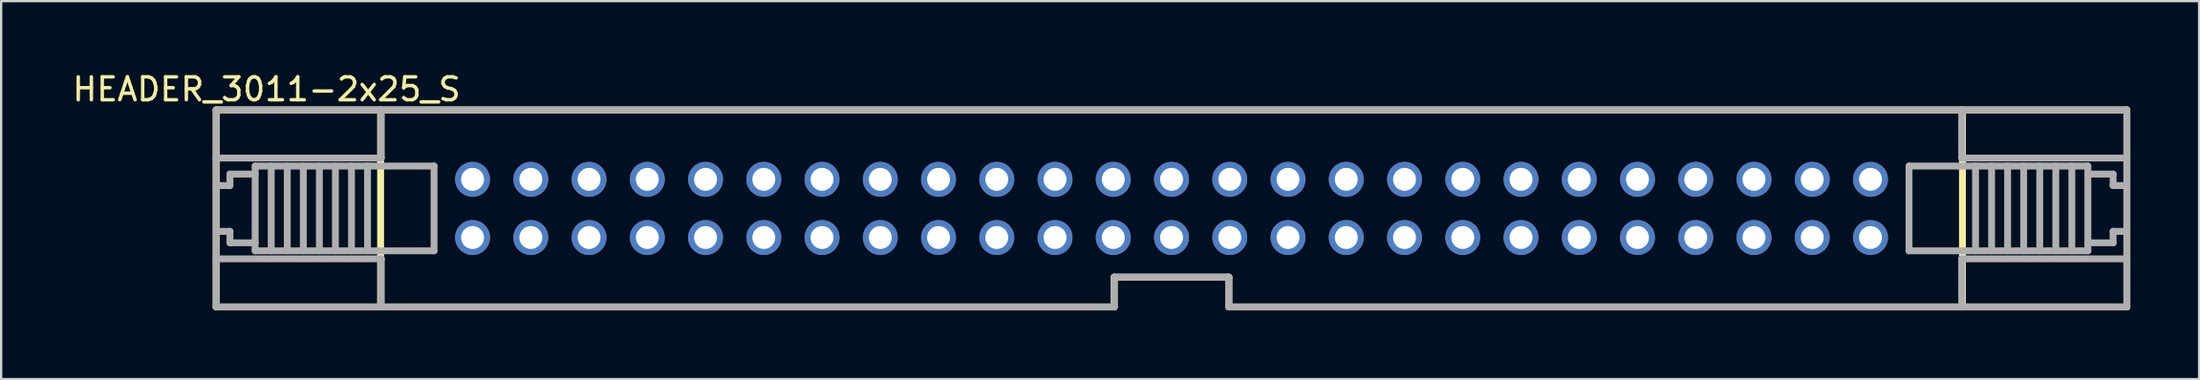
<source format=kicad_pcb>
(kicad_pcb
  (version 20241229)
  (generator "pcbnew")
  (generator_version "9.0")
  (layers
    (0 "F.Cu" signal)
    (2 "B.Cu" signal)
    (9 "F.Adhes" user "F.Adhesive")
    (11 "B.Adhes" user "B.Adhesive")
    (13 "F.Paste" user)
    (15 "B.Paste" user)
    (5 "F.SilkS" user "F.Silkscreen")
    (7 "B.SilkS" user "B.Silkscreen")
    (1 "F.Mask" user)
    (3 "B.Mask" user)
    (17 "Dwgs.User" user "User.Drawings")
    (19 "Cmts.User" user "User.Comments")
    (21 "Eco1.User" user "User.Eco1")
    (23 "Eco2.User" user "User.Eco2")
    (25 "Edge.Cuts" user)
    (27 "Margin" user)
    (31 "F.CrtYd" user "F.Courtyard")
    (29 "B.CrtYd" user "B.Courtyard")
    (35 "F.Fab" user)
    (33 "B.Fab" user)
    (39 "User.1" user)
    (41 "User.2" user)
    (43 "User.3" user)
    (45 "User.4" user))
  (footprint "HEADER_3011-2x25_S"
    (layer "F.Cu")
    (at 48.037 6.048)
    (property "Reference" "HEADER_3011-2x25_S" (at -39.46 -5.2 0) (layer "F.SilkS") (effects (font (size 1 1) (thickness 0.15))))
    (attr through_hole)
    (fp_line (start -41.66 -4.3) (end 41.66 -4.3) (stroke (width 0.3) (type solid)) (layer "F.SilkS"))
    (fp_line (start -41.66 4.3) (end -41.66 -4.3) (stroke (width 0.3) (type solid)) (layer "F.SilkS"))
    (fp_line (start -41.66 4.3) (end -2.5 4.3) (stroke (width 0.3) (type solid)) (layer "F.SilkS"))
    (fp_line (start -34.49 -4.3) (end -34.49 4.3) (stroke (width 0.3) (type solid)) (layer "F.SilkS"))
    (fp_line (start -2.5 3) (end -2.5 4.3) (stroke (width 0.3) (type solid)) (layer "F.SilkS"))
    (fp_line (start 2.5 3) (end -2.5 3) (stroke (width 0.3) (type solid)) (layer "F.SilkS"))
    (fp_line (start 2.5 3) (end 2.5 4.3) (stroke (width 0.3) (type solid)) (layer "F.SilkS"))
    (fp_line (start 34.49 -4.3) (end 34.49 4.3) (stroke (width 0.3) (type solid)) (layer "F.SilkS"))
    (fp_line (start 41.66 4.3) (end 2.5 4.3) (stroke (width 0.3) (type solid)) (layer "F.SilkS"))
    (fp_line (start 41.66 4.3) (end 41.66 -4.3) (stroke (width 0.3) (type solid)) (layer "F.SilkS"))
    (fp_line (start -41.66 -2.2) (end -41.66 -4.3) (stroke (width 0.3) (type solid)) (layer "F.Fab"))
    (fp_line (start -41.66 -1) (end -41.06 -1) (stroke (width 0.3) (type solid)) (layer "F.Fab"))
    (fp_line (start -41.66 1) (end -41.06 1) (stroke (width 0.3) (type solid)) (layer "F.Fab"))
    (fp_line (start -41.66 2.2) (end -41.66 -2.2) (stroke (width 0.3) (type solid)) (layer "F.Fab"))
    (fp_line (start -41.66 4.3) (end -41.66 2.2) (stroke (width 0.3) (type solid)) (layer "F.Fab"))
    (fp_line (start -41.06 -1.5) (end -39.96 -1.5) (stroke (width 0.3) (type solid)) (layer "F.Fab"))
    (fp_line (start -41.06 -1) (end -41.06 -1.5) (stroke (width 0.3) (type solid)) (layer "F.Fab"))
    (fp_line (start -41.06 1.5) (end -41.06 1) (stroke (width 0.3) (type solid)) (layer "F.Fab"))
    (fp_line (start -41.06 1.5) (end -39.96 1.5) (stroke (width 0.3) (type solid)) (layer "F.Fab"))
    (fp_line (start -39.96 -1.85) (end -32.16 -1.85) (stroke (width 0.3) (type solid)) (layer "F.Fab"))
    (fp_line (start -39.96 1.85) (end -39.96 -1.85) (stroke (width 0.3) (type solid)) (layer "F.Fab"))
    (fp_line (start -39.96 1.85) (end -32.16 1.85) (stroke (width 0.3) (type solid)) (layer "F.Fab"))
    (fp_line (start -39.26 1.85) (end -39.26 -1.85) (stroke (width 0.3) (type solid)) (layer "F.Fab"))
    (fp_line (start -38.56 1.85) (end -38.56 -1.85) (stroke (width 0.3) (type solid)) (layer "F.Fab"))
    (fp_line (start -37.86 1.85) (end -37.86 -1.85) (stroke (width 0.3) (type solid)) (layer "F.Fab"))
    (fp_line (start -37.16 1.85) (end -37.16 -1.85) (stroke (width 0.3) (type solid)) (layer "F.Fab"))
    (fp_line (start -36.46 1.85) (end -36.46 -1.85) (stroke (width 0.3) (type solid)) (layer "F.Fab"))
    (fp_line (start -35.76 1.85) (end -35.76 -1.85) (stroke (width 0.3) (type solid)) (layer "F.Fab"))
    (fp_line (start -35.06 1.85) (end -35.06 -1.85) (stroke (width 0.3) (type solid)) (layer "F.Fab"))
    (fp_line (start -34.46 -4.3) (end -41.66 -4.3) (stroke (width 0.3) (type solid)) (layer "F.Fab"))
    (fp_line (start -34.46 -2.2) (end -41.66 -2.2) (stroke (width 0.3) (type solid)) (layer "F.Fab"))
    (fp_line (start -34.46 -2.2) (end -34.46 -4.3) (stroke (width 0.3) (type solid)) (layer "F.Fab"))
    (fp_line (start -34.46 2.2) (end -41.66 2.2) (stroke (width 0.3) (type solid)) (layer "F.Fab"))
    (fp_line (start -34.46 4.3) (end -34.46 2.2) (stroke (width 0.3) (type solid)) (layer "F.Fab"))
    (fp_line (start -34.29 -4.3) (end 41.66 -4.3) (stroke (width 0.3) (type solid)) (layer "F.Fab"))
    (fp_line (start -32.16 1.85) (end -32.16 -1.85) (stroke (width 0.3) (type solid)) (layer "F.Fab"))
    (fp_line (start -2.5 3) (end -2.5 4.3) (stroke (width 0.3) (type solid)) (layer "F.Fab"))
    (fp_line (start -2.5 4.3) (end -41.66 4.3) (stroke (width 0.3) (type solid)) (layer "F.Fab"))
    (fp_line (start 2.5 3) (end -2.5 3) (stroke (width 0.3) (type solid)) (layer "F.Fab"))
    (fp_line (start 2.5 3) (end 2.5 4.3) (stroke (width 0.3) (type solid)) (layer "F.Fab"))
    (fp_line (start 2.5 4.3) (end 41.66 4.3) (stroke (width 0.3) (type solid)) (layer "F.Fab"))
    (fp_line (start 32.16 -1.85) (end 32.16 1.85) (stroke (width 0.3) (type solid)) (layer "F.Fab"))
    (fp_line (start 34.46 -4.3) (end 34.46 -2.2) (stroke (width 0.3) (type solid)) (layer "F.Fab"))
    (fp_line (start 34.46 -2.2) (end 41.66 -2.2) (stroke (width 0.3) (type solid)) (layer "F.Fab"))
    (fp_line (start 34.46 2.2) (end 34.46 4.3) (stroke (width 0.3) (type solid)) (layer "F.Fab"))
    (fp_line (start 34.46 2.2) (end 41.66 2.2) (stroke (width 0.3) (type solid)) (layer "F.Fab"))
    (fp_line (start 35.06 -1.85) (end 35.06 1.85) (stroke (width 0.3) (type solid)) (layer "F.Fab"))
    (fp_line (start 35.76 -1.85) (end 35.76 1.85) (stroke (width 0.3) (type solid)) (layer "F.Fab"))
    (fp_line (start 36.46 -1.85) (end 36.46 1.85) (stroke (width 0.3) (type solid)) (layer "F.Fab"))
    (fp_line (start 37.16 -1.85) (end 37.16 1.85) (stroke (width 0.3) (type solid)) (layer "F.Fab"))
    (fp_line (start 37.86 -1.85) (end 37.86 1.85) (stroke (width 0.3) (type solid)) (layer "F.Fab"))
    (fp_line (start 38.56 -1.85) (end 38.56 1.85) (stroke (width 0.3) (type solid)) (layer "F.Fab"))
    (fp_line (start 39.26 -1.85) (end 39.26 1.85) (stroke (width 0.3) (type solid)) (layer "F.Fab"))
    (fp_line (start 39.96 -1.85) (end 32.16 -1.85) (stroke (width 0.3) (type solid)) (layer "F.Fab"))
    (fp_line (start 39.96 -1.85) (end 39.96 1.85) (stroke (width 0.3) (type solid)) (layer "F.Fab"))
    (fp_line (start 39.96 1.85) (end 32.16 1.85) (stroke (width 0.3) (type solid)) (layer "F.Fab"))
    (fp_line (start 41.06 -1.5) (end 39.96 -1.5) (stroke (width 0.3) (type solid)) (layer "F.Fab"))
    (fp_line (start 41.06 -1.5) (end 41.06 -1) (stroke (width 0.3) (type solid)) (layer "F.Fab"))
    (fp_line (start 41.06 1) (end 41.06 1.5) (stroke (width 0.3) (type solid)) (layer "F.Fab"))
    (fp_line (start 41.06 1.5) (end 39.96 1.5) (stroke (width 0.3) (type solid)) (layer "F.Fab"))
    (fp_line (start 41.66 -4.3) (end 41.66 -2.2) (stroke (width 0.3) (type solid)) (layer "F.Fab"))
    (fp_line (start 41.66 -2.2) (end 41.66 2.2) (stroke (width 0.3) (type solid)) (layer "F.Fab"))
    (fp_line (start 41.66 -1) (end 41.06 -1) (stroke (width 0.3) (type solid)) (layer "F.Fab"))
    (fp_line (start 41.66 1) (end 41.06 1) (stroke (width 0.3) (type solid)) (layer "F.Fab"))
    (fp_line (start 41.66 2.2) (end 41.66 4.3) (stroke (width 0.3) (type solid)) (layer "F.Fab"))
    (pad "1" thru_hole circle (at -30.48 1.27) (size 1.524 1.524) (drill 1) (layers "*.Cu" "*.Mask"))
    (pad "2" thru_hole circle (at -30.48 -1.27) (size 1.524 1.524) (drill 1) (layers "*.Cu" "*.Mask"))
    (pad "3" thru_hole circle (at -27.94 1.27) (size 1.524 1.524) (drill 1) (layers "*.Cu" "*.Mask"))
    (pad "4" thru_hole circle (at -27.94 -1.27) (size 1.524 1.524) (drill 1) (layers "*.Cu" "*.Mask"))
    (pad "5" thru_hole circle (at -25.4 1.27) (size 1.524 1.524) (drill 1) (layers "*.Cu" "*.Mask"))
    (pad "6" thru_hole circle (at -25.4 -1.27) (size 1.524 1.524) (drill 1) (layers "*.Cu" "*.Mask"))
    (pad "7" thru_hole circle (at -22.86 1.27) (size 1.524 1.524) (drill 1) (layers "*.Cu" "*.Mask"))
    (pad "8" thru_hole circle (at -22.86 -1.27) (size 1.524 1.524) (drill 1) (layers "*.Cu" "*.Mask"))
    (pad "9" thru_hole circle (at -20.32 1.27) (size 1.524 1.524) (drill 1) (layers "*.Cu" "*.Mask"))
    (pad "10" thru_hole circle (at -20.32 -1.27) (size 1.524 1.524) (drill 1) (layers "*.Cu" "*.Mask"))
    (pad "11" thru_hole circle (at -17.78 1.27) (size 1.524 1.524) (drill 1) (layers "*.Cu" "*.Mask"))
    (pad "12" thru_hole circle (at -17.78 -1.27) (size 1.524 1.524) (drill 1) (layers "*.Cu" "*.Mask"))
    (pad "13" thru_hole circle (at -15.24 1.27) (size 1.524 1.524) (drill 1) (layers "*.Cu" "*.Mask"))
    (pad "14" thru_hole circle (at -15.24 -1.27) (size 1.524 1.524) (drill 1) (layers "*.Cu" "*.Mask"))
    (pad "15" thru_hole circle (at -12.7 1.27) (size 1.524 1.524) (drill 1) (layers "*.Cu" "*.Mask"))
    (pad "16" thru_hole circle (at -12.7 -1.27) (size 1.524 1.524) (drill 1) (layers "*.Cu" "*.Mask"))
    (pad "17" thru_hole circle (at -10.16 1.27) (size 1.524 1.524) (drill 1) (layers "*.Cu" "*.Mask"))
    (pad "18" thru_hole circle (at -10.16 -1.27) (size 1.524 1.524) (drill 1) (layers "*.Cu" "*.Mask"))
    (pad "19" thru_hole circle (at -7.62 1.27) (size 1.524 1.524) (drill 1) (layers "*.Cu" "*.Mask"))
    (pad "20" thru_hole circle (at -7.62 -1.27) (size 1.524 1.524) (drill 1) (layers "*.Cu" "*.Mask"))
    (pad "21" thru_hole circle (at -5.08 1.27) (size 1.524 1.524) (drill 1) (layers "*.Cu" "*.Mask"))
    (pad "22" thru_hole circle (at -5.08 -1.27) (size 1.524 1.524) (drill 1) (layers "*.Cu" "*.Mask"))
    (pad "23" thru_hole circle (at -2.54 1.27) (size 1.524 1.524) (drill 1) (layers "*.Cu" "*.Mask"))
    (pad "24" thru_hole circle (at -2.54 -1.27) (size 1.524 1.524) (drill 1) (layers "*.Cu" "*.Mask"))
    (pad "25" thru_hole circle (at 0 1.27) (size 1.524 1.524) (drill 1) (layers "*.Cu" "*.Mask"))
    (pad "26" thru_hole circle (at 0 -1.27) (size 1.524 1.524) (drill 1) (layers "*.Cu" "*.Mask"))
    (pad "27" thru_hole circle (at 2.54 1.27) (size 1.524 1.524) (drill 1) (layers "*.Cu" "*.Mask"))
    (pad "28" thru_hole circle (at 2.54 -1.27) (size 1.524 1.524) (drill 1) (layers "*.Cu" "*.Mask"))
    (pad "29" thru_hole circle (at 5.08 1.27) (size 1.524 1.524) (drill 1) (layers "*.Cu" "*.Mask"))
    (pad "30" thru_hole circle (at 5.08 -1.27) (size 1.524 1.524) (drill 1) (layers "*.Cu" "*.Mask"))
    (pad "31" thru_hole circle (at 7.62 1.27) (size 1.524 1.524) (drill 1) (layers "*.Cu" "*.Mask"))
    (pad "32" thru_hole circle (at 7.62 -1.27) (size 1.524 1.524) (drill 1) (layers "*.Cu" "*.Mask"))
    (pad "33" thru_hole circle (at 10.16 1.27) (size 1.524 1.524) (drill 1) (layers "*.Cu" "*.Mask"))
    (pad "34" thru_hole circle (at 10.16 -1.27) (size 1.524 1.524) (drill 1) (layers "*.Cu" "*.Mask"))
    (pad "35" thru_hole circle (at 12.7 1.27) (size 1.524 1.524) (drill 1) (layers "*.Cu" "*.Mask"))
    (pad "36" thru_hole circle (at 12.7 -1.27) (size 1.524 1.524) (drill 1) (layers "*.Cu" "*.Mask"))
    (pad "37" thru_hole circle (at 15.24 1.27) (size 1.524 1.524) (drill 1) (layers "*.Cu" "*.Mask"))
    (pad "38" thru_hole circle (at 15.24 -1.27) (size 1.524 1.524) (drill 1) (layers "*.Cu" "*.Mask"))
    (pad "39" thru_hole circle (at 17.78 1.27) (size 1.524 1.524) (drill 1) (layers "*.Cu" "*.Mask"))
    (pad "40" thru_hole circle (at 17.78 -1.27) (size 1.524 1.524) (drill 1) (layers "*.Cu" "*.Mask"))
    (pad "41" thru_hole circle (at 20.32 1.27) (size 1.524 1.524) (drill 1) (layers "*.Cu" "*.Mask"))
    (pad "42" thru_hole circle (at 20.32 -1.27) (size 1.524 1.524) (drill 1) (layers "*.Cu" "*.Mask"))
    (pad "43" thru_hole circle (at 22.86 1.27) (size 1.524 1.524) (drill 1) (layers "*.Cu" "*.Mask"))
    (pad "44" thru_hole circle (at 22.86 -1.27) (size 1.524 1.524) (drill 1) (layers "*.Cu" "*.Mask"))
    (pad "45" thru_hole circle (at 25.4 1.27) (size 1.524 1.524) (drill 1) (layers "*.Cu" "*.Mask"))
    (pad "46" thru_hole circle (at 25.4 -1.27) (size 1.524 1.524) (drill 1) (layers "*.Cu" "*.Mask"))
    (pad "47" thru_hole circle (at 27.94 1.27) (size 1.524 1.524) (drill 1) (layers "*.Cu" "*.Mask"))
    (pad "48" thru_hole circle (at 27.94 -1.27) (size 1.524 1.524) (drill 1) (layers "*.Cu" "*.Mask"))
    (pad "49" thru_hole circle (at 30.48 1.27) (size 1.524 1.524) (drill 1) (layers "*.Cu" "*.Mask"))
    (pad "50" thru_hole circle (at 30.48 -1.27) (size 1.524 1.524) (drill 1) (layers "*.Cu" "*.Mask")))
  (gr_rect
    (start -3 -3)
    (end 92.847 13.498)
    (stroke (width 0.1) (type default))
    (fill no)
    (layer "Edge.Cuts")))
</source>
